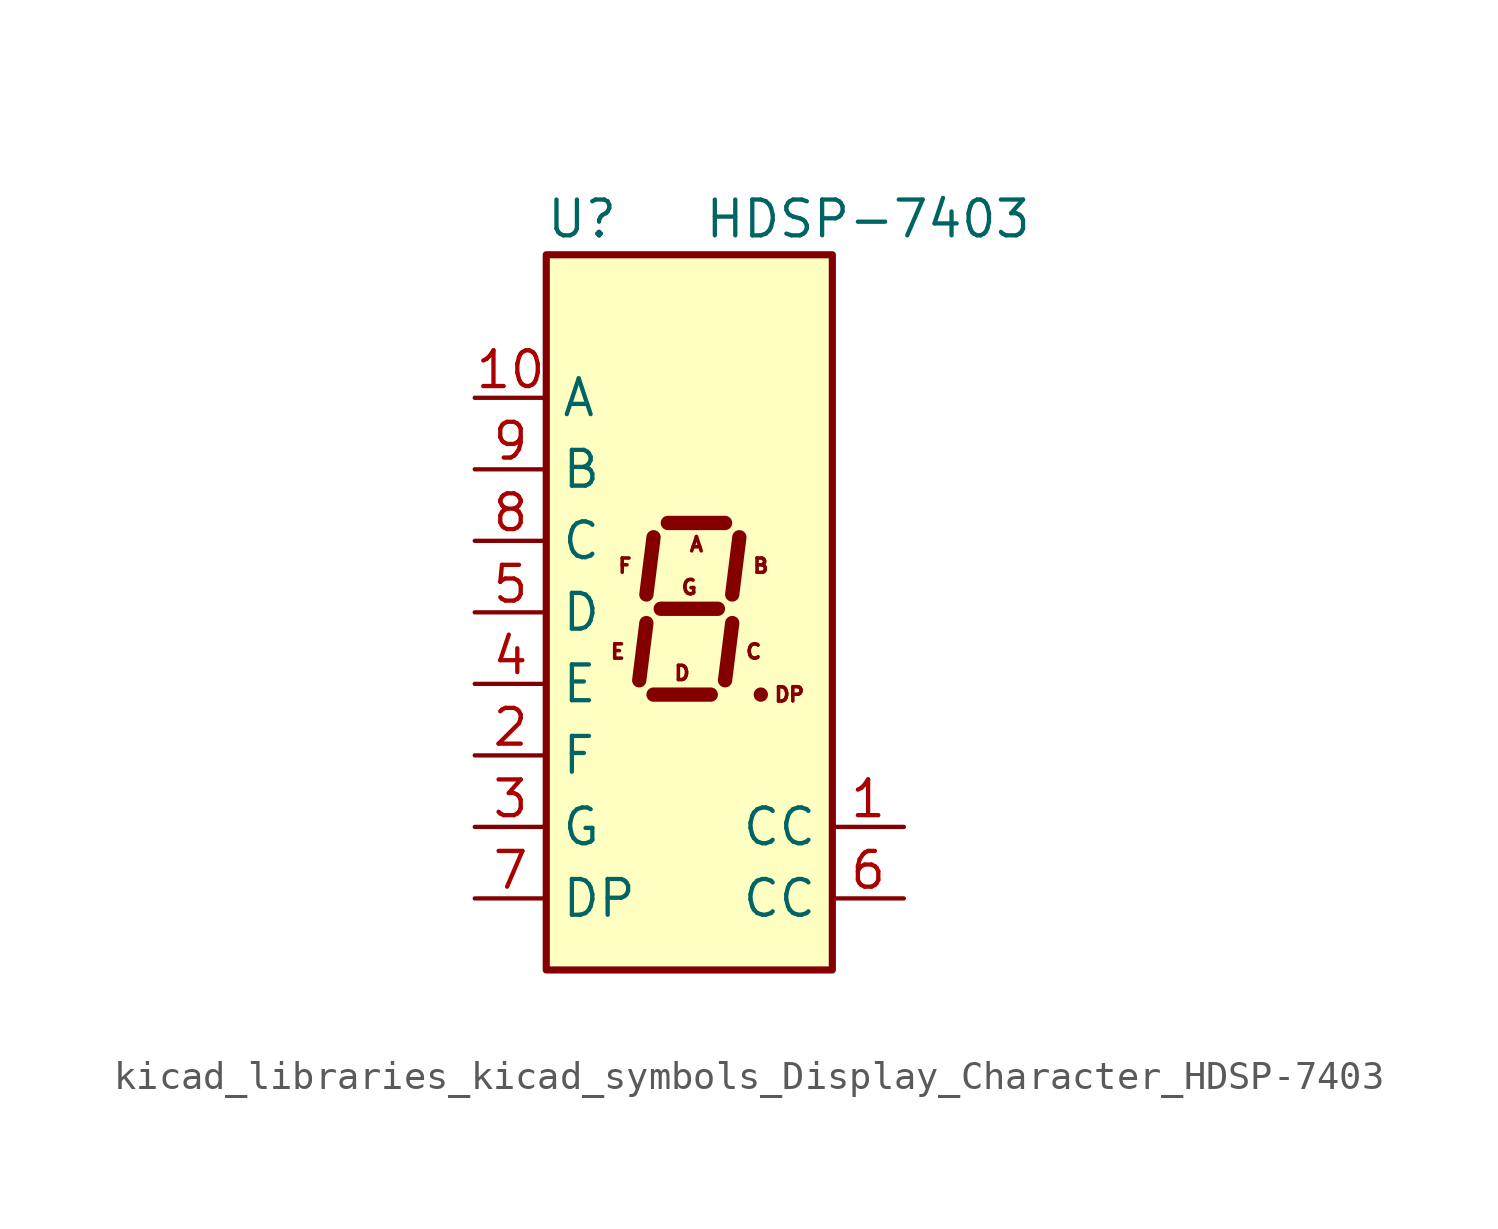
<source format=kicad_sym>
(kicad_symbol_lib
  (version 20220914)
  (generator kicad_symbol_editor)
  (symbol "kicad_libraries_kicad_symbols_Display_Character_HDSP-7403"
    (property "Reference" "U"
      (at -3.81 13.97 0)
      (effects (font (size 1.27 1.27))))
    (property "Value" "HDSP-7403"
      (at 6.35 13.97 0)
      (effects (font (size 1.27 1.27))))
    (symbol "kicad_libraries_kicad_symbols_Display_Character_HDSP-7403_1_0"
      (text "A" (at 0.254 2.413 0) (effects (font (size 0.508 0.508))))
      (text "B" (at 2.54 1.651 0) (effects (font (size 0.508 0.508))))
      (text "C" (at 2.286 -1.397 0) (effects (font (size 0.508 0.508))))
      (text "D" (at -0.254 -2.159 0) (effects (font (size 0.508 0.508))))
      (text "DP" (at 3.556 -2.921 0) (effects (font (size 0.508 0.508))))
      (text "E" (at -2.54 -1.397 0) (effects (font (size 0.508 0.508))))
      (text "F" (at -2.286 1.651 0) (effects (font (size 0.508 0.508))))
      (text "G" (at 0 0.889 0) (effects (font (size 0.508 0.508)))))
    (symbol "kicad_libraries_kicad_symbols_Display_Character_HDSP-7403_1_1"
      (rectangle (start -5.08 12.7) (end 5.08 -12.7) (stroke (width 0.254) (type default)) (fill (type background)))
      (polyline (pts (xy -1.524 -0.381) (xy -1.778 -2.413)) (stroke (width 0.508) (type default)) (fill (type none)))
      (polyline (pts (xy -1.27 -2.921) (xy 0.762 -2.921)) (stroke (width 0.508) (type default)) (fill (type none)))
      (polyline (pts (xy -1.27 2.667) (xy -1.524 0.635)) (stroke (width 0.508) (type default)) (fill (type none)))
      (polyline (pts (xy -1.016 0.127) (xy 1.016 0.127)) (stroke (width 0.508) (type default)) (fill (type none)))
      (polyline (pts (xy -0.762 3.175) (xy 1.27 3.175)) (stroke (width 0.508) (type default)) (fill (type none)))
      (polyline (pts (xy 1.524 -0.381) (xy 1.27 -2.413)) (stroke (width 0.508) (type default)) (fill (type none)))
      (polyline (pts (xy 1.778 2.667) (xy 1.524 0.635)) (stroke (width 0.508) (type default)) (fill (type none)))
      (polyline (pts (xy 2.54 -2.921) (xy 2.54 -2.921)) (stroke (width 0.508) (type default)) (fill (type none)))
      (pin input line (at 7.62 -7.62 180) (length 2.54) (name "CC" (effects (font (size 1.27 1.27)))) (number "1" (effects (font (size 1.27 1.27)))))
      (pin input line (at -7.62 7.62 0) (length 2.54) (name "A" (effects (font (size 1.27 1.27)))) (number "10" (effects (font (size 1.27 1.27)))))
      (pin input line (at -7.62 -5.08 0) (length 2.54) (name "F" (effects (font (size 1.27 1.27)))) (number "2" (effects (font (size 1.27 1.27)))))
      (pin input line (at -7.62 -7.62 0) (length 2.54) (name "G" (effects (font (size 1.27 1.27)))) (number "3" (effects (font (size 1.27 1.27)))))
      (pin input line (at -7.62 -2.54 0) (length 2.54) (name "E" (effects (font (size 1.27 1.27)))) (number "4" (effects (font (size 1.27 1.27)))))
      (pin input line (at -7.62 0 0) (length 2.54) (name "D" (effects (font (size 1.27 1.27)))) (number "5" (effects (font (size 1.27 1.27)))))
      (pin input line (at 7.62 -10.16 180) (length 2.54) (name "CC" (effects (font (size 1.27 1.27)))) (number "6" (effects (font (size 1.27 1.27)))))
      (pin input line (at -7.62 -10.16 0) (length 2.54) (name "DP" (effects (font (size 1.27 1.27)))) (number "7" (effects (font (size 1.27 1.27)))))
      (pin input line (at -7.62 2.54 0) (length 2.54) (name "C" (effects (font (size 1.27 1.27)))) (number "8" (effects (font (size 1.27 1.27)))))
      (pin input line (at -7.62 5.08 0) (length 2.54) (name "B" (effects (font (size 1.27 1.27)))) (number "9" (effects (font (size 1.27 1.27))))))))
</source>
